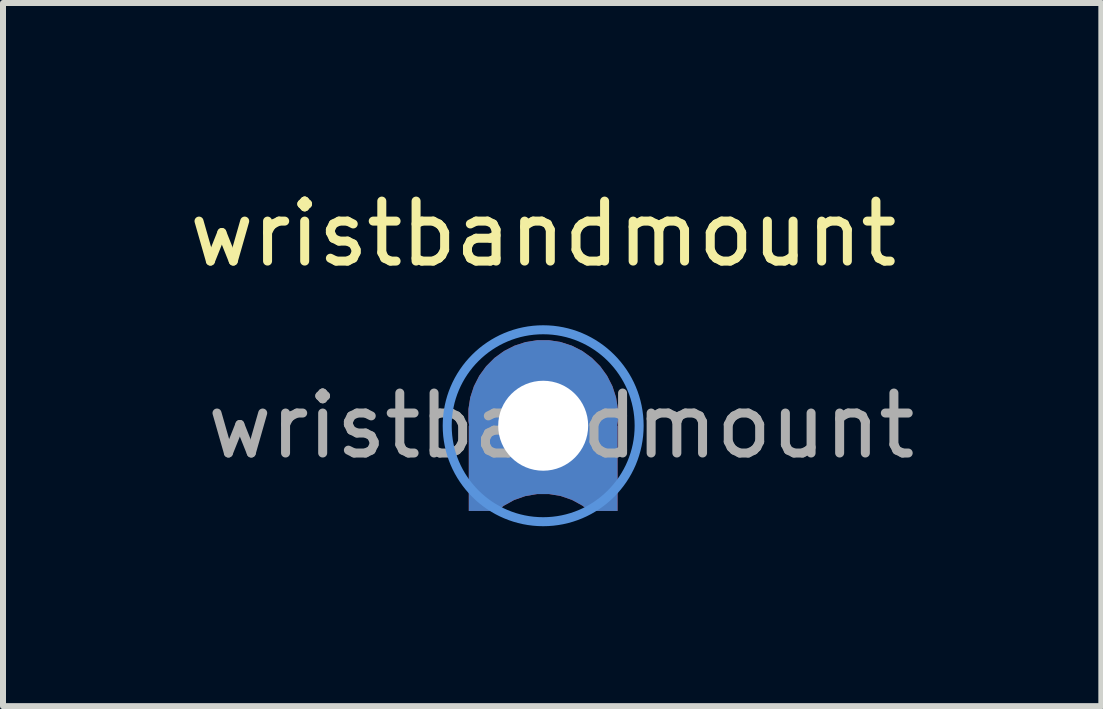
<source format=kicad_pcb>
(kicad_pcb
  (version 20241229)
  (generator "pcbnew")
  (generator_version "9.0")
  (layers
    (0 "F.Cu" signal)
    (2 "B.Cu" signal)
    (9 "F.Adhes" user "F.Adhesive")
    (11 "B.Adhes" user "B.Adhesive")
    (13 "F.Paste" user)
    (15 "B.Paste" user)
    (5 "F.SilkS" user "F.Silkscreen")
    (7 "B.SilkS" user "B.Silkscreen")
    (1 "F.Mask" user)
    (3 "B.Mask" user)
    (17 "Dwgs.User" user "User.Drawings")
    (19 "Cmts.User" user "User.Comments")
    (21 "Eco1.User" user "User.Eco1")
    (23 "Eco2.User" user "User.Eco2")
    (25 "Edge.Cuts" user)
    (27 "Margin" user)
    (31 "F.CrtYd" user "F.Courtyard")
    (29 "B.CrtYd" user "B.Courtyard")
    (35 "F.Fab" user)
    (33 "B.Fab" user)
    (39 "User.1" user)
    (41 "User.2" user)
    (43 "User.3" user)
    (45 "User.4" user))
  (footprint "wristbandmount"
    (layer "F.Cu")
    (at 6.006 4.048)
    (property "Reference" "wristbandmount" (at 0 -3.2 0) (layer "F.SilkS") (effects (font (size 1 1) (thickness 0.15))))
    (attr exclude_from_pos_files exclude_from_bom)
    (fp_circle (center 0 0) (end 1.6 0) (stroke (width 0.15) (type solid)) (fill no) (layer "Cmts.User"))
    (fp_text user "${REFERENCE}" (at 0.3 0 0) (layer "F.Fab") (effects (font (size 1 1) (thickness 0.15))))
    (pad "1" thru_hole custom (at 0 0) (size 2 2) (drill 1.5) (layers "*.Cu" "*.Mask") (options (anchor circle)) (primitives (gr_poly (pts (xy -1.24 0) (xy -1.24 1.42) (xy -0.8 1.42) (xy 0 0.8) (xy 0.8 1.42) (xy 1.24 1.42) (xy 1.24 0)) (width 0) (fill yes)) (gr_arc (start -0.8 1.32) (mid -0.003572 1.03938) (end 0.794409 1.315553) (width 0.2)) (gr_circle (center 0 -0.18) (end 1.25 -0.18) (width 0) (fill yes)))))
  (gr_rect
    (start -3 -3)
    (end 15.312 8.723)
    (stroke (width 0.1) (type default))
    (fill no)
    (layer "Edge.Cuts")))
</source>
